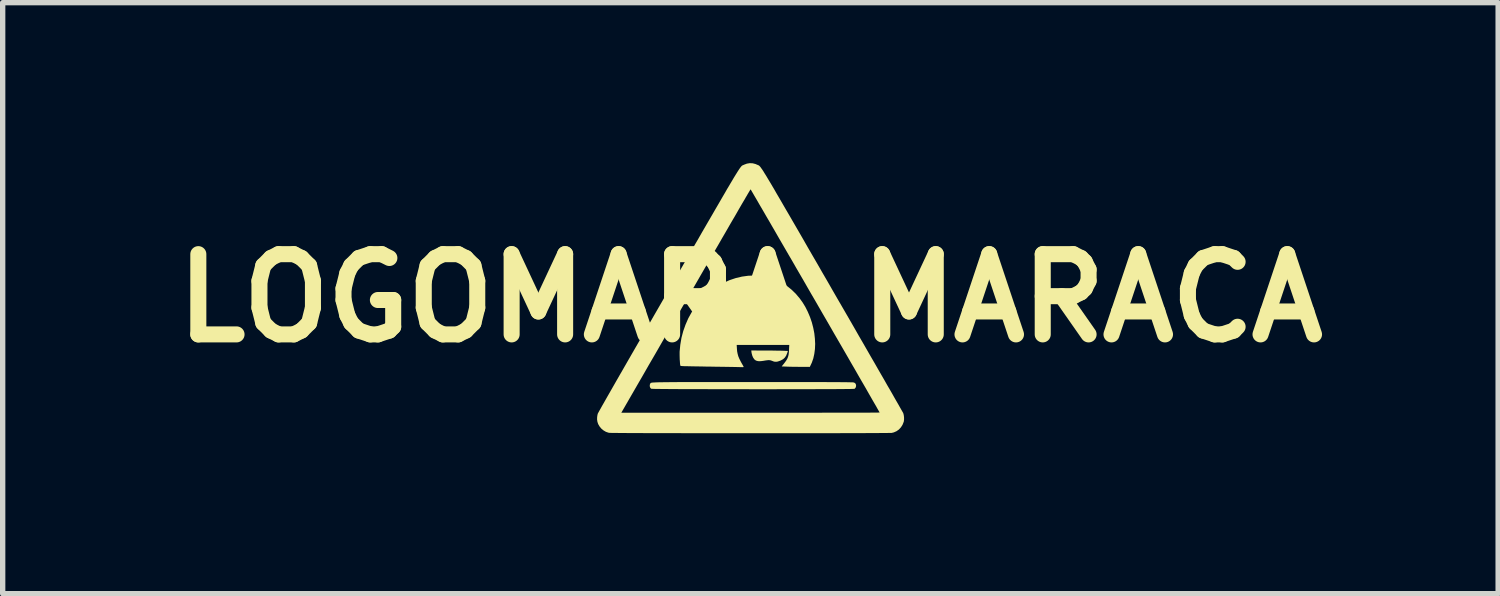
<source format=kicad_pcb>
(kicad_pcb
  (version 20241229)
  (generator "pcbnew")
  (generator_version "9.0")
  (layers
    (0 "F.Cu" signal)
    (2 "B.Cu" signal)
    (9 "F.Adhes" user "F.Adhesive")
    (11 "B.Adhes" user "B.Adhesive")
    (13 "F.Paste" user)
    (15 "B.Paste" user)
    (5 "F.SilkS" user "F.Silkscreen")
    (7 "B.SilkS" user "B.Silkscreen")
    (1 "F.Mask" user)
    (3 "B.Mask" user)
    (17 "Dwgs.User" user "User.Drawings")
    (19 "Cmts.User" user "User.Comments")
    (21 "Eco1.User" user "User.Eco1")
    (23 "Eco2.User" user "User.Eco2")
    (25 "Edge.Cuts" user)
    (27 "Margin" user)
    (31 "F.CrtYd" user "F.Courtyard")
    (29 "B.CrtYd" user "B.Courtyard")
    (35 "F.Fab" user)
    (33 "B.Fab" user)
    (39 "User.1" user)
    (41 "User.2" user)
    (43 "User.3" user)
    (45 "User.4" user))
  (footprint "LOGOMARA MARACA"
    (layer "F.Cu")
    (at 10.979 2.523)
    (property "Reference" "LOGOMARA MARACA" (at 0 0 0) (layer "F.SilkS") (effects (font (size 1.5 1.5) (thickness 0.3))))
    (attr board_only exclude_from_pos_files exclude_from_bom)
    (fp_poly (pts (xy 0.267 0.98) (xy 0.324 0.98) (xy 0.381 0.98) (xy 0.436 0.981) (xy 0.488 0.982) (xy 0.534 0.982) (xy 0.572 0.983) (xy 0.602 0.984) (xy 0.609 0.984) (xy 0.7 0.988) (xy 0.686 1.031) (xy 0.667 1.077) (xy 0.642 1.113) (xy 0.61 1.142) (xy 0.568 1.165) (xy 0.548 1.173) (xy 0.513 1.185) (xy 0.485 1.19) (xy 0.459 1.19) (xy 0.433 1.184) (xy 0.412 1.176) (xy 0.391 1.168) (xy 0.371 1.162) (xy 0.352 1.16) (xy 0.329 1.16) (xy 0.302 1.163) (xy 0.266 1.168) (xy 0.253 1.171) (xy 0.208 1.177) (xy 0.171 1.18) (xy 0.142 1.178) (xy 0.117 1.172) (xy 0.099 1.165) (xy 0.074 1.146) (xy 0.053 1.117) (xy 0.036 1.08) (xy 0.024 1.037) (xy 0.019 1.009) (xy 0.016 0.979)) (stroke (width 0) (type solid)) (fill yes) (layer "F.SilkS"))
    (fp_poly (pts (xy 0.19 -0.415) (xy 0.292 -0.399) (xy 0.395 -0.372) (xy 0.494 -0.335) (xy 0.589 -0.287) (xy 0.68 -0.229) (xy 0.765 -0.161) (xy 0.845 -0.084) (xy 0.919 0.003) (xy 0.972 0.076) (xy 1.026 0.164) (xy 1.073 0.258) (xy 1.114 0.355) (xy 1.148 0.454) (xy 1.174 0.555) (xy 1.194 0.657) (xy 1.205 0.757) (xy 1.21 0.856) (xy 1.206 0.951) (xy 1.194 1.042) (xy 1.175 1.128) (xy 1.147 1.208) (xy 1.137 1.229) (xy 1.11 1.286) (xy 0.948 1.285) (xy 0.899 1.285) (xy 0.847 1.284) (xy 0.796 1.284) (xy 0.749 1.283) (xy 0.708 1.282) (xy 0.684 1.281) (xy 0.584 1.277) (xy 0.623 1.229) (xy 0.652 1.191) (xy 0.675 1.157) (xy 0.692 1.126) (xy 0.704 1.094) (xy 0.713 1.059) (xy 0.718 1.017) (xy 0.722 0.968) (xy 0.722 0.956) (xy 0.726 0.875) (xy 0.235 0.875) (xy -0.257 0.875) (xy -0.253 0.943) (xy -0.249 0.994) (xy -0.24 1.04) (xy -0.228 1.085) (xy -0.209 1.131) (xy -0.184 1.181) (xy -0.16 1.225) (xy -0.147 1.247) (xy -0.136 1.267) (xy -0.129 1.28) (xy -0.127 1.286) (xy -0.132 1.29) (xy -0.14 1.291) (xy -0.148 1.291) (xy -0.166 1.29) (xy -0.195 1.29) (xy -0.232 1.289) (xy -0.278 1.288) (xy -0.331 1.287) (xy -0.392 1.286) (xy -0.458 1.285) (xy -0.529 1.284) (xy -0.605 1.283) (xy -0.684 1.282) (xy -0.731 1.281) (xy -0.825 1.28) (xy -0.909 1.278) (xy -0.982 1.277) (xy -1.046 1.276) (xy -1.101 1.275) (xy -1.148 1.274) (xy -1.187 1.273) (xy -1.219 1.273) (xy -1.245 1.272) (xy -1.266 1.271) (xy -1.281 1.27) (xy -1.293 1.269) (xy -1.301 1.267) (xy -1.306 1.266) (xy -1.309 1.265) (xy -1.31 1.263) (xy -1.311 1.261) (xy -1.311 1.26) (xy -1.314 1.243) (xy -1.317 1.217) (xy -1.319 1.184) (xy -1.322 1.147) (xy -1.323 1.108) (xy -1.324 1.07) (xy -1.324 1.035) (xy -1.324 1.007) (xy -1.324 1.002) (xy -1.311 0.87) (xy -1.289 0.741) (xy -1.256 0.616) (xy -1.213 0.495) (xy -1.162 0.378) (xy -1.101 0.268) (xy -1.031 0.163) (xy -0.954 0.064) (xy -0.868 -0.027) (xy -0.775 -0.11) (xy -0.675 -0.185) (xy -0.569 -0.252) (xy -0.501 -0.287) (xy -0.387 -0.337) (xy -0.273 -0.375) (xy -0.158 -0.402) (xy -0.042 -0.418) (xy 0.074 -0.422)) (stroke (width 0) (type solid)) (fill yes) (layer "F.SilkS"))
    (fp_poly (pts (xy -0.349 1.57) (xy -0.187 1.57) (xy -0.015 1.57) (xy 0.048 1.57) (xy 0.223 1.57) (xy 0.386 1.57) (xy 0.539 1.57) (xy 0.682 1.57) (xy 0.814 1.57) (xy 0.937 1.57) (xy 1.05 1.57) (xy 1.155 1.57) (xy 1.251 1.57) (xy 1.338 1.57) (xy 1.418 1.57) (xy 1.49 1.571) (xy 1.555 1.571) (xy 1.614 1.571) (xy 1.666 1.571) (xy 1.712 1.572) (xy 1.753 1.572) (xy 1.788 1.572) (xy 1.819 1.573) (xy 1.845 1.573) (xy 1.867 1.574) (xy 1.885 1.574) (xy 1.9 1.575) (xy 1.912 1.575) (xy 1.921 1.576) (xy 1.928 1.577) (xy 1.933 1.578) (xy 1.937 1.579) (xy 1.94 1.58) (xy 1.94 1.58) (xy 1.956 1.59) (xy 1.967 1.603) (xy 1.968 1.605) (xy 1.975 1.628) (xy 1.973 1.653) (xy 1.965 1.676) (xy 1.95 1.692) (xy 1.944 1.696) (xy 1.936 1.697) (xy 1.918 1.697) (xy 1.889 1.698) (xy 1.85 1.699) (xy 1.802 1.699) (xy 1.745 1.7) (xy 1.679 1.7) (xy 1.605 1.701) (xy 1.524 1.701) (xy 1.437 1.702) (xy 1.343 1.702) (xy 1.243 1.702) (xy 1.138 1.703) (xy 1.028 1.703) (xy 0.914 1.703) (xy 0.796 1.703) (xy 0.675 1.703) (xy 0.552 1.703) (xy 0.426 1.704) (xy 0.299 1.704) (xy 0.171 1.704) (xy 0.042 1.704) (xy -0.086 1.703) (xy -0.215 1.703) (xy -0.342 1.703) (xy -0.467 1.703) (xy -0.59 1.703) (xy -0.711 1.703) (xy -0.829 1.702) (xy -0.942 1.702) (xy -1.052 1.702) (xy -1.157 1.702) (xy -1.257 1.701) (xy -1.35 1.701) (xy -1.438 1.7) (xy -1.518 1.7) (xy -1.592 1.699) (xy -1.657 1.699) (xy -1.714 1.698) (xy -1.762 1.698) (xy -1.8 1.697) (xy -1.828 1.696) (xy -1.846 1.696) (xy -1.853 1.695) (xy -1.867 1.684) (xy -1.874 1.673) (xy -1.881 1.654) (xy -1.882 1.63) (xy -1.878 1.609) (xy -1.873 1.599) (xy -1.871 1.597) (xy -1.87 1.594) (xy -1.869 1.592) (xy -1.868 1.589) (xy -1.865 1.587) (xy -1.862 1.585) (xy -1.857 1.584) (xy -1.851 1.582) (xy -1.842 1.58) (xy -1.831 1.579) (xy -1.817 1.578) (xy -1.799 1.577) (xy -1.778 1.576) (xy -1.753 1.575) (xy -1.723 1.574) (xy -1.689 1.573) (xy -1.65 1.573) (xy -1.605 1.572) (xy -1.554 1.572) (xy -1.497 1.571) (xy -1.433 1.571) (xy -1.362 1.57) (xy -1.284 1.57) (xy -1.198 1.57) (xy -1.104 1.57) (xy -1.001 1.57) (xy -0.89 1.57) (xy -0.769 1.57) (xy -0.639 1.57) (xy -0.499 1.57)) (stroke (width 0) (type solid)) (fill yes) (layer "F.SilkS"))
    (fp_poly (pts (xy 0.043 -2.52) (xy 0.097 -2.506) (xy 0.126 -2.493) (xy 0.132 -2.491) (xy 0.138 -2.488) (xy 0.142 -2.487) (xy 0.147 -2.485) (xy 0.152 -2.482) (xy 0.157 -2.48) (xy 0.162 -2.476) (xy 0.167 -2.472) (xy 0.173 -2.466) (xy 0.18 -2.458) (xy 0.188 -2.449) (xy 0.196 -2.437) (xy 0.206 -2.423) (xy 0.218 -2.407) (xy 0.231 -2.387) (xy 0.246 -2.364) (xy 0.262 -2.337) (xy 0.281 -2.307) (xy 0.302 -2.273) (xy 0.325 -2.234) (xy 0.351 -2.191) (xy 0.38 -2.143) (xy 0.411 -2.09) (xy 0.446 -2.031) (xy 0.483 -1.966) (xy 0.524 -1.896) (xy 0.569 -1.819) (xy 0.617 -1.736) (xy 0.669 -1.646) (xy 0.726 -1.549) (xy 0.786 -1.445) (xy 0.851 -1.333) (xy 0.92 -1.214) (xy 0.994 -1.086) (xy 1.072 -0.949) (xy 1.156 -0.804) (xy 1.245 -0.651) (xy 1.339 -0.487) (xy 1.439 -0.315) (xy 1.538 -0.142) (xy 1.625 0.009) (xy 1.711 0.157) (xy 1.795 0.302) (xy 1.877 0.444) (xy 1.957 0.583) (xy 2.034 0.718) (xy 2.11 0.849) (xy 2.183 0.976) (xy 2.253 1.098) (xy 2.321 1.215) (xy 2.385 1.327) (xy 2.446 1.433) (xy 2.504 1.533) (xy 2.557 1.627) (xy 2.608 1.714) (xy 2.654 1.794) (xy 2.695 1.867) (xy 2.733 1.933) (xy 2.766 1.99) (xy 2.794 2.04) (xy 2.817 2.08) (xy 2.835 2.112) (xy 2.848 2.135) (xy 2.856 2.148) (xy 2.857 2.152) (xy 2.866 2.185) (xy 2.871 2.225) (xy 2.872 2.265) (xy 2.868 2.302) (xy 2.865 2.314) (xy 2.843 2.369) (xy 2.813 2.416) (xy 2.776 2.456) (xy 2.731 2.488) (xy 2.681 2.51) (xy 2.645 2.519) (xy 2.638 2.52) (xy 2.623 2.52) (xy 2.6 2.521) (xy 2.569 2.521) (xy 2.53 2.522) (xy 2.483 2.522) (xy 2.427 2.522) (xy 2.362 2.523) (xy 2.288 2.523) (xy 2.205 2.523) (xy 2.112 2.524) (xy 2.01 2.524) (xy 1.899 2.524) (xy 1.778 2.524) (xy 1.647 2.525) (xy 1.506 2.525) (xy 1.354 2.525) (xy 1.192 2.525) (xy 1.02 2.525) (xy 0.836 2.525) (xy 0.642 2.525) (xy 0.437 2.525) (xy 0.22 2.525) (xy -0.003 2.525) (xy -0.215 2.525) (xy -0.416 2.525) (xy -0.605 2.525) (xy -0.785 2.525) (xy -0.953 2.525) (xy -1.112 2.525) (xy -1.261 2.525) (xy -1.4 2.524) (xy -1.53 2.524) (xy -1.651 2.524) (xy -1.764 2.524) (xy -1.868 2.524) (xy -1.964 2.524) (xy -2.053 2.523) (xy -2.133 2.523) (xy -2.207 2.523) (xy -2.274 2.523) (xy -2.334 2.522) (xy -2.388 2.522) (xy -2.436 2.522) (xy -2.479 2.521) (xy -2.515 2.521) (xy -2.547 2.521) (xy -2.574 2.52) (xy -2.597 2.52) (xy -2.615 2.519) (xy -2.629 2.519) (xy -2.64 2.518) (xy -2.647 2.517) (xy -2.651 2.517) (xy -2.701 2.5) (xy -2.746 2.474) (xy -2.787 2.44) (xy -2.821 2.399) (xy -2.847 2.354) (xy -2.861 2.311) (xy -2.867 2.27) (xy -2.866 2.226) (xy -2.86 2.184) (xy -2.854 2.161) (xy -2.85 2.152) (xy -2.845 2.143) (xy -2.414 2.143) (xy 0.001 2.143) (xy 0.167 2.143) (xy 0.331 2.143) (xy 0.491 2.143) (xy 0.648 2.143) (xy 0.8 2.143) (xy 0.948 2.143) (xy 1.091 2.143) (xy 1.229 2.143) (xy 1.362 2.142) (xy 1.488 2.142) (xy 1.608 2.142) (xy 1.721 2.142) (xy 1.827 2.142) (xy 1.926 2.141) (xy 2.017 2.141) (xy 2.099 2.141) (xy 2.173 2.141) (xy 2.237 2.141) (xy 2.293 2.14) (xy 2.338 2.14) (xy 2.374 2.14) (xy 2.398 2.139) (xy 2.412 2.139) (xy 2.415 2.139) (xy 2.412 2.133) (xy 2.404 2.118) (xy 2.39 2.094) (xy 2.371 2.061) (xy 2.348 2.019) (xy 2.319 1.97) (xy 2.286 1.913) (xy 2.249 1.848) (xy 2.208 1.777) (xy 2.164 1.699) (xy 2.116 1.616) (xy 2.064 1.527) (xy 2.01 1.433) (xy 1.953 1.333) (xy 1.893 1.23) (xy 1.831 1.122) (xy 1.767 1.011) (xy 1.701 0.897) (xy 1.633 0.78) (xy 1.564 0.661) (xy 1.494 0.539) (xy 1.423 0.416) (xy 1.351 0.292) (xy 1.279 0.167) (xy 1.207 0.042) (xy 1.134 -0.083) (xy 1.062 -0.208) (xy 0.991 -0.332) (xy 0.92 -0.454) (xy 0.849 -0.576) (xy 0.781 -0.695) (xy 0.713 -0.811) (xy 0.647 -0.925) (xy 0.583 -1.035) (xy 0.521 -1.142) (xy 0.462 -1.245) (xy 0.405 -1.343) (xy 0.351 -1.437) (xy 0.299 -1.525) (xy 0.252 -1.607) (xy 0.207 -1.684) (xy 0.166 -1.754) (xy 0.13 -1.817) (xy 0.097 -1.873) (xy 0.069 -1.921) (xy 0.046 -1.961) (xy 0.027 -1.993) (xy 0.014 -2.016) (xy 0.005 -2.029) (xy 0.003 -2.033) (xy 0.002 -2.032) (xy -0.001 -2.028) (xy -0.005 -2.022) (xy -0.011 -2.013) (xy -0.018 -2) (xy -0.028 -1.984) (xy -0.039 -1.965) (xy -0.053 -1.942) (xy -0.068 -1.915) (xy -0.087 -1.884) (xy -0.107 -1.848) (xy -0.131 -1.808) (xy -0.157 -1.764) (xy -0.186 -1.714) (xy -0.218 -1.659) (xy -0.252 -1.599) (xy -0.29 -1.533) (xy -0.332 -1.462) (xy -0.377 -1.385) (xy -0.425 -1.301) (xy -0.477 -1.211) (xy -0.533 -1.115) (xy -0.592 -1.012) (xy -0.656 -0.902) (xy -0.724 -0.785) (xy -0.796 -0.66) (xy -0.872 -0.528) (xy -0.953 -0.388) (xy -1.038 -0.24) (xy -1.128 -0.085) (xy -1.223 0.08) (xy -1.323 0.252) (xy -1.428 0.434) (xy -1.538 0.624) (xy -1.653 0.824) (xy -1.773 1.033) (xy -1.9 1.251) (xy -2.031 1.48) (xy -2.091 1.583) (xy -2.414 2.143) (xy -2.845 2.143) (xy -2.84 2.135) (xy -2.825 2.107) (xy -2.804 2.07) (xy -2.778 2.023) (xy -2.746 1.967) (xy -2.709 1.902) (xy -2.667 1.828) (xy -2.62 1.746) (xy -2.568 1.655) (xy -2.511 1.555) (xy -2.449 1.447) (xy -2.382 1.331) (xy -2.311 1.207) (xy -2.235 1.075) (xy -2.155 0.936) (xy -2.07 0.789) (xy -1.981 0.635) (xy -1.888 0.474) (xy -1.791 0.305) (xy -1.69 0.13) (xy -1.585 -0.052) (xy -1.532 -0.144) (xy -1.427 -0.326) (xy -1.328 -0.498) (xy -1.234 -0.661) (xy -1.145 -0.814) (xy -1.062 -0.959) (xy -0.983 -1.094) (xy -0.91 -1.222) (xy -0.841 -1.341) (xy -0.776 -1.453) (xy -0.716 -1.556) (xy -0.66 -1.653) (xy -0.608 -1.742) (xy -0.56 -1.825) (xy -0.516 -1.901) (xy -0.475 -1.971) (xy -0.438 -2.036) (xy -0.403 -2.094) (xy -0.372 -2.147) (xy -0.343 -2.195) (xy -0.318 -2.238) (xy -0.295 -2.276) (xy -0.274 -2.31) (xy -0.255 -2.34) (xy -0.239 -2.366) (xy -0.224 -2.389) (xy -0.211 -2.409) (xy -0.2 -2.425) (xy -0.19 -2.439) (xy -0.181 -2.45) (xy -0.173 -2.46) (xy -0.167 -2.467) (xy -0.161 -2.473) (xy -0.155 -2.477) (xy -0.15 -2.48) (xy -0.145 -2.483) (xy -0.141 -2.485) (xy -0.136 -2.487) (xy -0.131 -2.489) (xy -0.126 -2.491) (xy -0.12 -2.493) (xy -0.12 -2.494) (xy -0.066 -2.514) (xy -0.011 -2.523)) (stroke (width 0) (type solid)) (fill yes) (layer "F.SilkS")))
  (gr_rect
    (start -3 -3)
    (end 24.957 8.048)
    (stroke (width 0.1) (type default))
    (fill no)
    (layer "Edge.Cuts")))
</source>
